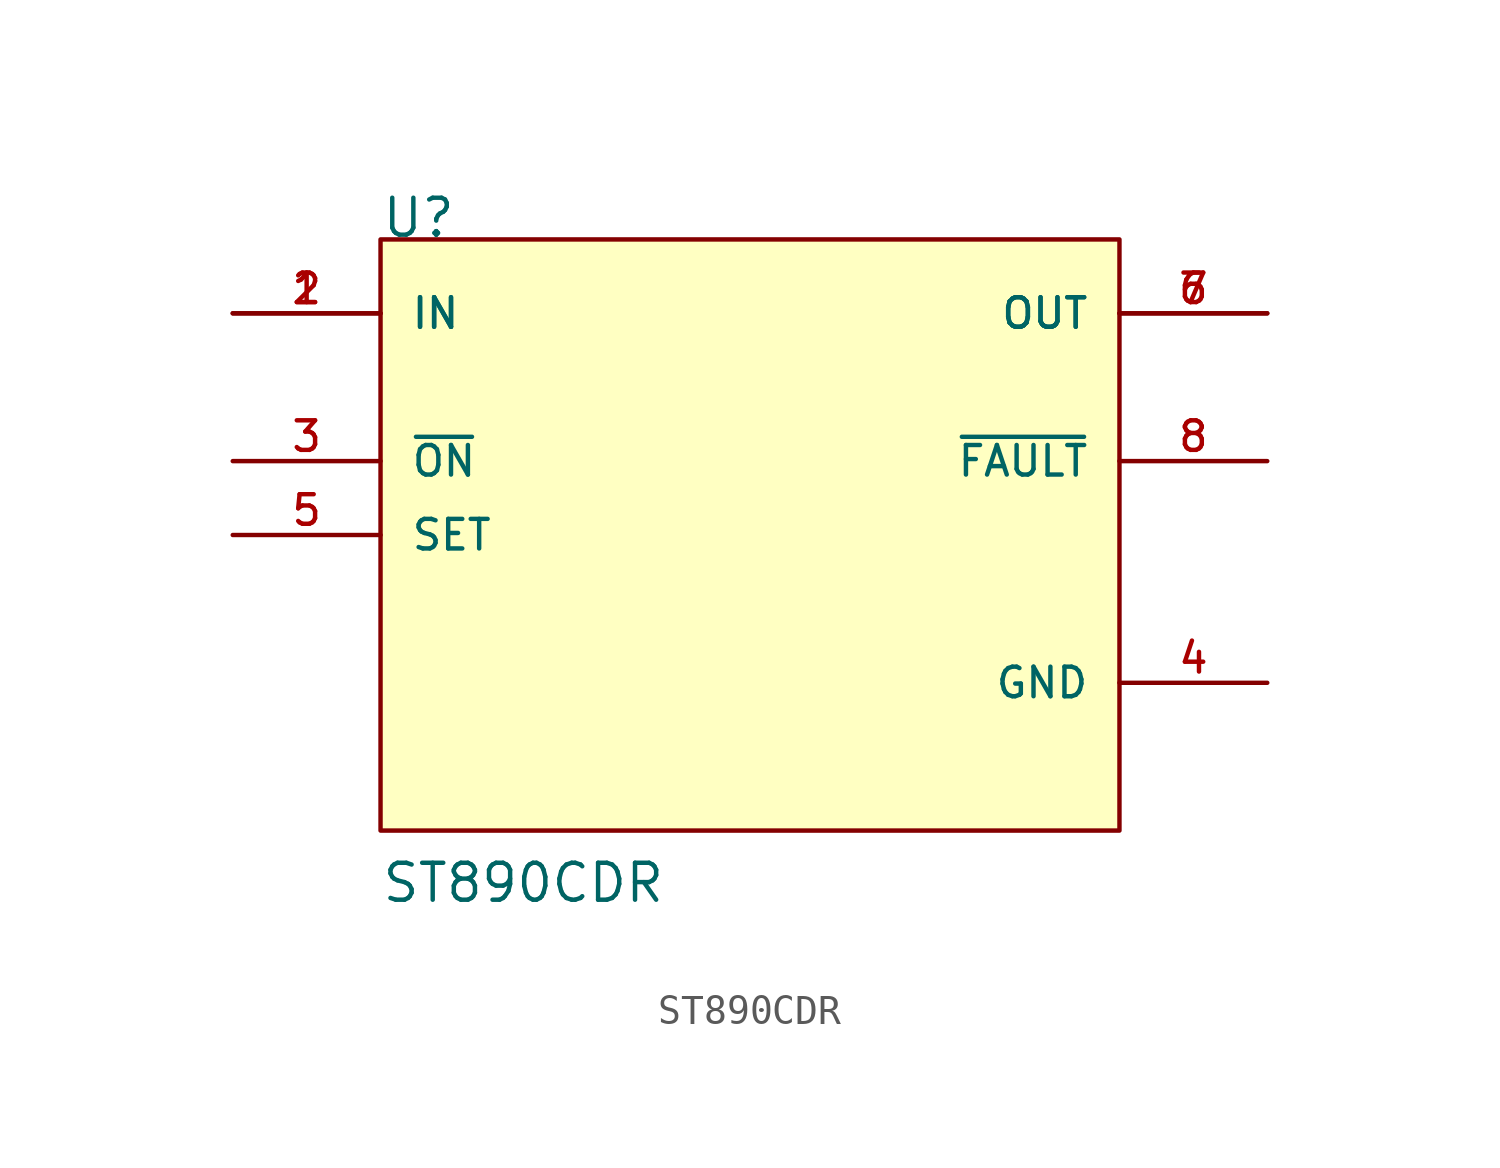
<source format=kicad_sym>
(kicad_symbol_lib
  (version 20211014)
  (generator kicad_symbol_editor)
  (symbol "ST890CDR"
    (pin_names
      (offset 1.016))
    (property "Reference" "U"
      (at -12.7 10.16 0)
      (effects (font (size 1.27 1.27)) (justify bottom left)))
    (property "Value" "ST890CDR"
      (at -12.7 -12.7 0)
      (effects (font (size 1.27 1.27)) (justify bottom left)))
    (symbol "ST890CDR_0_0"
      (rectangle (start -12.7 -10.16) (end 12.7 10.16) (stroke (width 0.152)) (fill (type background)))
      (pin input line (at -17.78 7.62 0) (length 5.08) (name "IN" (effects (font (size 1.016 1.016)))) (number "1" (effects (font (size 1.016 1.016)))))
      (pin input line (at -17.78 7.62 0) (length 5.08) (name "IN" (effects (font (size 1.016 1.016)))) (number "2" (effects (font (size 1.016 1.016)))))
      (pin input line (at -17.78 2.54 0) (length 5.08) (name "~{ON}" (effects (font (size 1.016 1.016)))) (number "3" (effects (font (size 1.016 1.016)))))
      (pin power_in line (at 17.78 -5.08 180.0) (length 5.08) (name "GND" (effects (font (size 1.016 1.016)))) (number "4" (effects (font (size 1.016 1.016)))))
      (pin input line (at -17.78 0.0 0) (length 5.08) (name "SET" (effects (font (size 1.016 1.016)))) (number "5" (effects (font (size 1.016 1.016)))))
      (pin output line (at 17.78 7.62 180.0) (length 5.08) (name "OUT" (effects (font (size 1.016 1.016)))) (number "6" (effects (font (size 1.016 1.016)))))
      (pin output line (at 17.78 7.62 180.0) (length 5.08) (name "OUT" (effects (font (size 1.016 1.016)))) (number "7" (effects (font (size 1.016 1.016)))))
      (pin output line (at 17.78 2.54 180.0) (length 5.08) (name "~{FAULT}" (effects (font (size 1.016 1.016)))) (number "8" (effects (font (size 1.016 1.016))))))))
</source>
